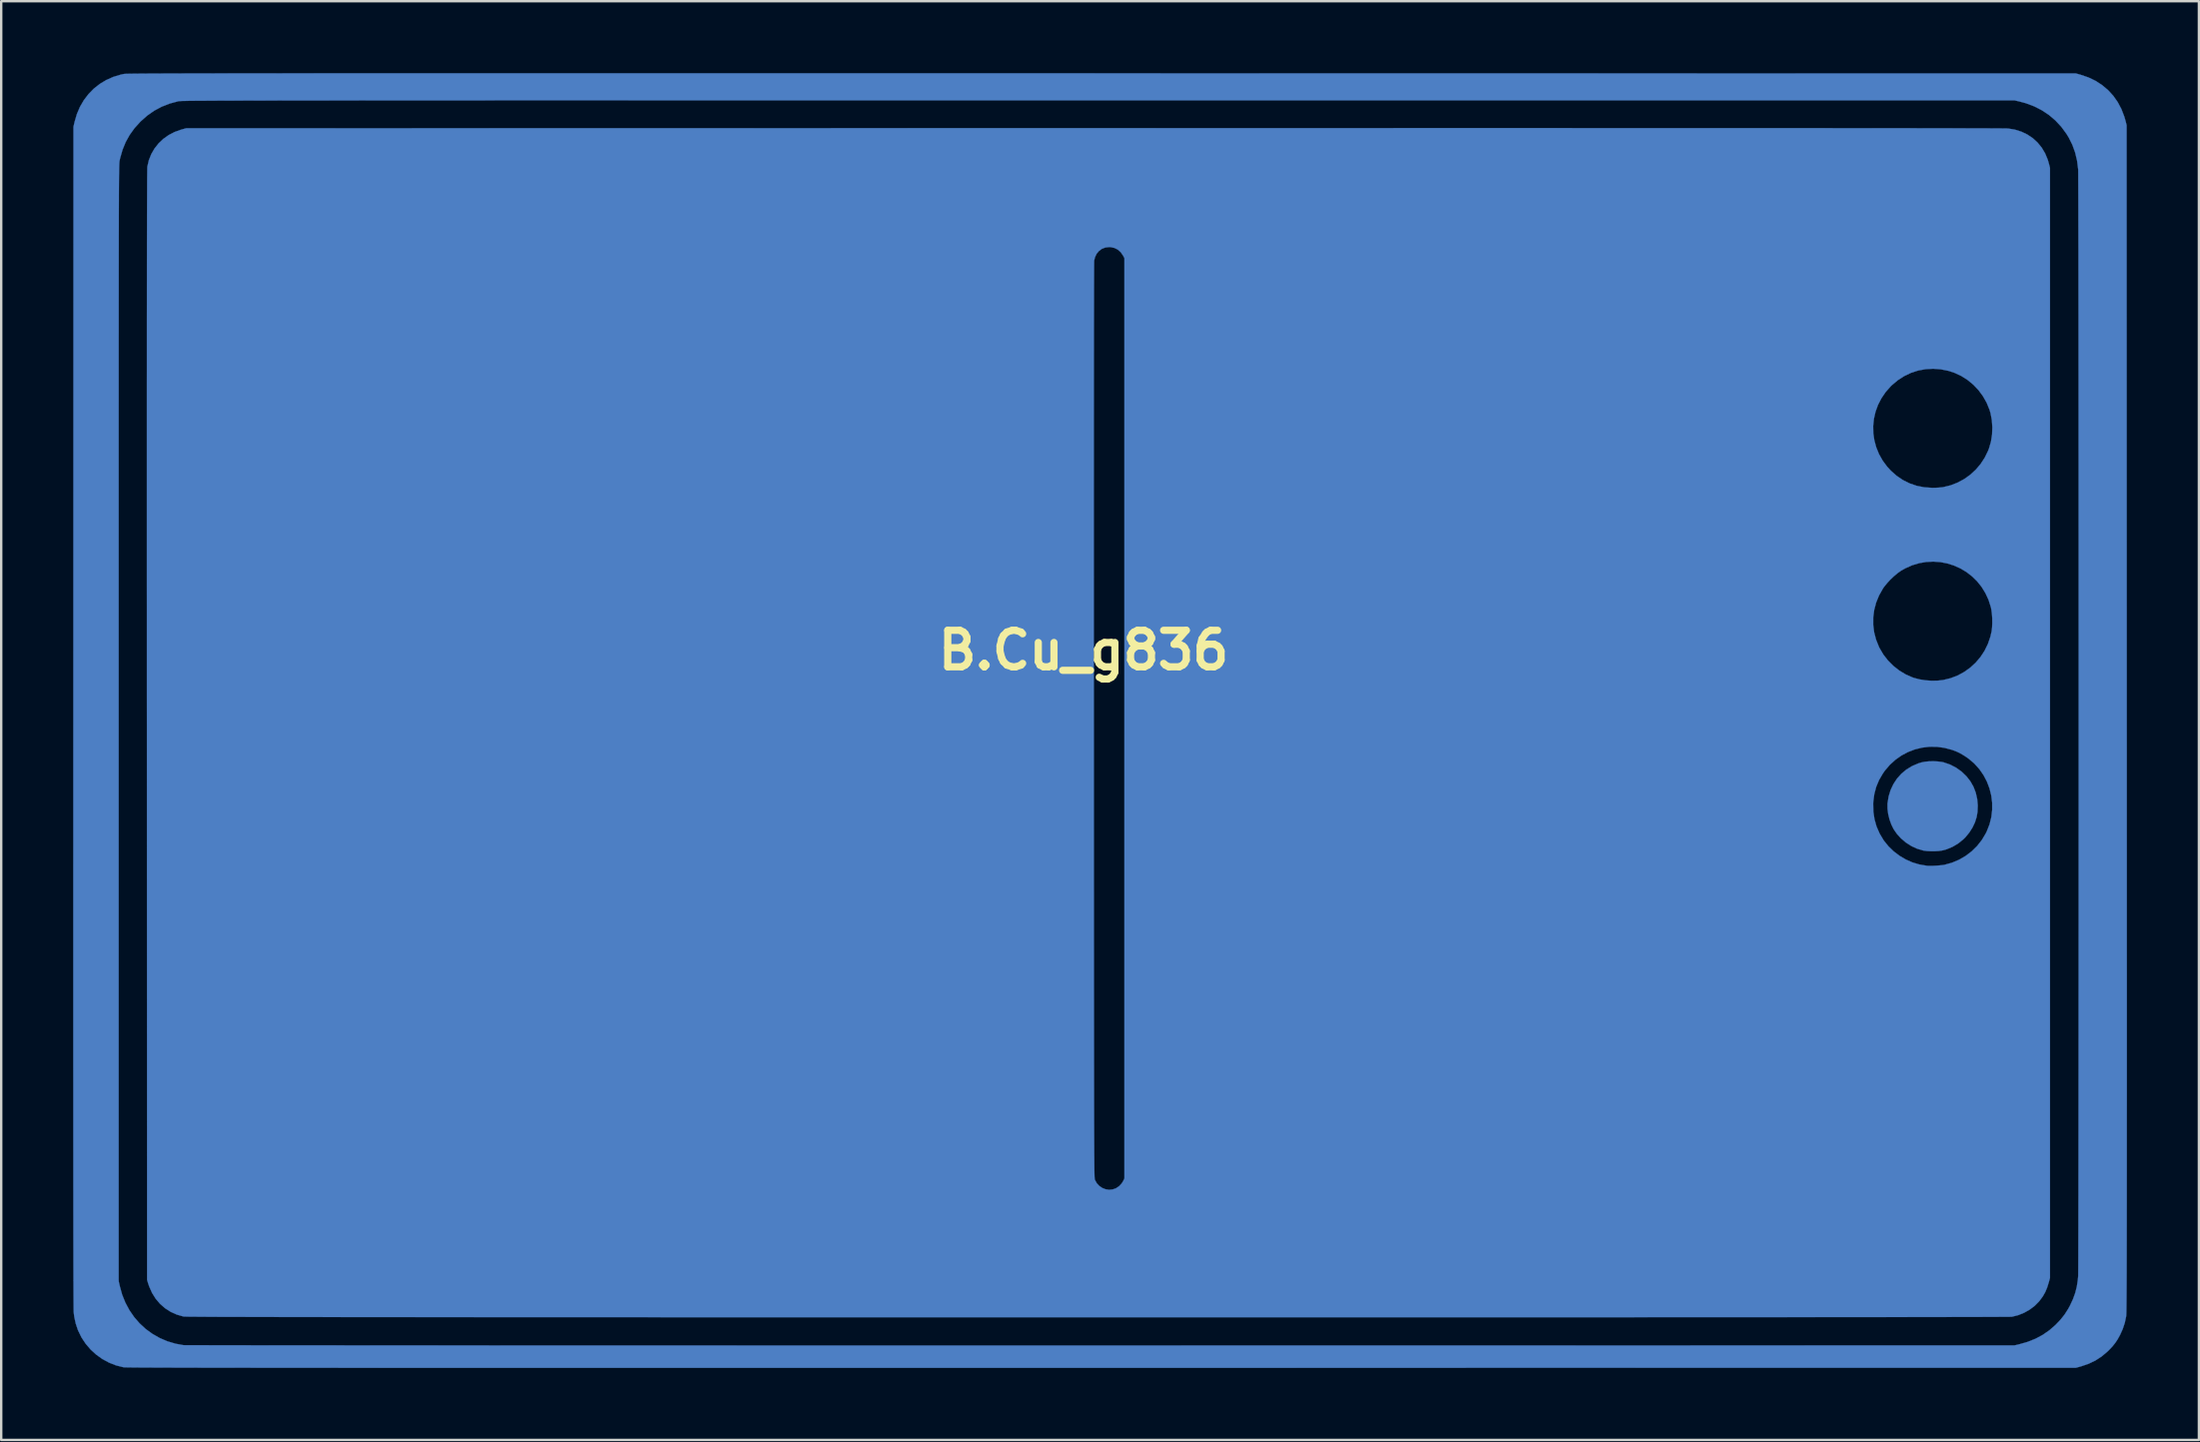
<source format=kicad_pcb>
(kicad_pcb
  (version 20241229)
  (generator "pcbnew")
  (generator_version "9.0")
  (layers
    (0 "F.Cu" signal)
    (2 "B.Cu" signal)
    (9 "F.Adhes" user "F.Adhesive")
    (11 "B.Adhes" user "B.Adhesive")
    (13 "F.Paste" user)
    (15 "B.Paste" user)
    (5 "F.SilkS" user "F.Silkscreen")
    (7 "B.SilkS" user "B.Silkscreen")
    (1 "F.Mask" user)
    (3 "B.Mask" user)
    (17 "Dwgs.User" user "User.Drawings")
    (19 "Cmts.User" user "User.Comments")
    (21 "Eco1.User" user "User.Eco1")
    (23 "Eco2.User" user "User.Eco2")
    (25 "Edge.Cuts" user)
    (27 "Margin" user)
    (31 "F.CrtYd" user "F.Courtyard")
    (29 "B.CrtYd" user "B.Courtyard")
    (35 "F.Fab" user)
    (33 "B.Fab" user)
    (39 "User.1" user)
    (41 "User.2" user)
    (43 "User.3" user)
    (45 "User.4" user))
  (footprint "B.Cu_g836"
    (layer "F.Cu")
    (at 42.124 24.068)
    (property "Reference" "B.Cu_g836" (at 0 0 0) (layer "F.SilkS") (effects (font (size 1.524 1.524) (thickness 0.3))))
    (attr through_hole)
    (fp_poly (pts (xy 35.623 4.636) (xy 35.787 4.657) (xy 35.867 4.675) (xy 36.131 4.767) (xy 36.379 4.896) (xy 36.607 5.059) (xy 36.809 5.254) (xy 36.971 5.461) (xy 37.1 5.687) (xy 37.195 5.934) (xy 37.255 6.197) (xy 37.28 6.467) (xy 37.269 6.74) (xy 37.233 6.952) (xy 37.164 7.172) (xy 37.059 7.392) (xy 36.925 7.603) (xy 36.767 7.795) (xy 36.685 7.877) (xy 36.469 8.052) (xy 36.233 8.193) (xy 35.984 8.297) (xy 35.788 8.349) (xy 35.654 8.368) (xy 35.494 8.378) (xy 35.326 8.378) (xy 35.164 8.37) (xy 35.025 8.352) (xy 34.999 8.347) (xy 34.752 8.274) (xy 34.513 8.163) (xy 34.287 8.019) (xy 34.082 7.846) (xy 33.904 7.65) (xy 33.773 7.459) (xy 33.677 7.265) (xy 33.6 7.051) (xy 33.546 6.828) (xy 33.517 6.608) (xy 33.516 6.403) (xy 33.518 6.382) (xy 33.564 6.095) (xy 33.647 5.825) (xy 33.765 5.576) (xy 33.915 5.348) (xy 34.096 5.146) (xy 34.305 4.972) (xy 34.54 4.828) (xy 34.798 4.717) (xy 34.936 4.675) (xy 35.083 4.646) (xy 35.256 4.63) (xy 35.441 4.627) (xy 35.623 4.636)) (stroke (width 0.01) (type solid)) (fill yes) (layer "B.Cu"))
    (fp_poly (pts (xy 18.057 -21.778) (xy 19.263 -21.778) (xy 20.43 -21.777) (xy 21.557 -21.777) (xy 22.646 -21.777) (xy 23.697 -21.777) (xy 24.709 -21.777) (xy 25.684 -21.777) (xy 26.62 -21.776) (xy 27.519 -21.776) (xy 28.381 -21.776) (xy 29.206 -21.776) (xy 29.994 -21.775) (xy 30.746 -21.775) (xy 31.462 -21.774) (xy 32.141 -21.774) (xy 32.785 -21.774) (xy 33.393 -21.773) (xy 33.966 -21.773) (xy 34.503 -21.772) (xy 35.006 -21.771) (xy 35.475 -21.771) (xy 35.909 -21.77) (xy 36.309 -21.769) (xy 36.675 -21.769) (xy 37.008 -21.768) (xy 37.307 -21.767) (xy 37.574 -21.767) (xy 37.807 -21.766) (xy 38.008 -21.765) (xy 38.176 -21.764) (xy 38.312 -21.763) (xy 38.417 -21.762) (xy 38.489 -21.761) (xy 38.531 -21.76) (xy 38.539 -21.76) (xy 38.828 -21.713) (xy 39.098 -21.628) (xy 39.347 -21.509) (xy 39.574 -21.357) (xy 39.774 -21.173) (xy 39.947 -20.961) (xy 40.089 -20.722) (xy 40.199 -20.457) (xy 40.243 -20.305) (xy 40.291 -20.119) (xy 40.291 26.173) (xy 40.244 26.346) (xy 40.175 26.569) (xy 40.094 26.764) (xy 39.993 26.941) (xy 39.866 27.114) (xy 39.833 27.155) (xy 39.656 27.334) (xy 39.448 27.492) (xy 39.217 27.623) (xy 38.969 27.724) (xy 38.713 27.789) (xy 38.705 27.791) (xy 38.683 27.792) (xy 38.628 27.793) (xy 38.54 27.794) (xy 38.419 27.795) (xy 38.264 27.795) (xy 38.076 27.796) (xy 37.854 27.797) (xy 37.598 27.798) (xy 37.308 27.799) (xy 36.983 27.8) (xy 36.624 27.8) (xy 36.23 27.801) (xy 35.8 27.802) (xy 35.335 27.802) (xy 34.835 27.803) (xy 34.299 27.804) (xy 33.727 27.804) (xy 33.118 27.805) (xy 32.474 27.805) (xy 31.792 27.806) (xy 31.074 27.806) (xy 30.319 27.807) (xy 29.527 27.807) (xy 28.697 27.808) (xy 27.829 27.808) (xy 26.924 27.808) (xy 25.981 27.809) (xy 24.999 27.809) (xy 23.978 27.809) (xy 22.919 27.81) (xy 21.821 27.81) (xy 20.684 27.81) (xy 19.508 27.811) (xy 18.292 27.811) (xy 17.036 27.811) (xy 15.74 27.811) (xy 14.404 27.811) (xy 13.027 27.811) (xy 11.61 27.811) (xy 10.152 27.811) (xy 8.653 27.811) (xy 7.113 27.811) (xy 5.531 27.811) (xy 3.907 27.811) (xy 2.242 27.811) (xy 0.594 27.811) (xy -0.962 27.811) (xy -2.477 27.811) (xy -3.95 27.811) (xy -5.382 27.811) (xy -6.775 27.811) (xy -8.128 27.811) (xy -9.441 27.811) (xy -10.717 27.811) (xy -11.954 27.81) (xy -13.154 27.81) (xy -14.317 27.81) (xy -15.443 27.81) (xy -16.534 27.81) (xy -17.59 27.81) (xy -18.611 27.809) (xy -19.597 27.809) (xy -20.551 27.809) (xy -21.471 27.809) (xy -22.358 27.809) (xy -23.214 27.808) (xy -24.038 27.808) (xy -24.832 27.808) (xy -25.595 27.807) (xy -26.328 27.807) (xy -27.032 27.807) (xy -27.708 27.807) (xy -28.355 27.806) (xy -28.975 27.806) (xy -29.567 27.805) (xy -30.134 27.805) (xy -30.674 27.805) (xy -31.189 27.804) (xy -31.679 27.804) (xy -32.144 27.803) (xy -32.586 27.803) (xy -33.005 27.802) (xy -33.401 27.802) (xy -33.775 27.801) (xy -34.127 27.8) (xy -34.458 27.8) (xy -34.769 27.799) (xy -35.06 27.798) (xy -35.331 27.798) (xy -35.584 27.797) (xy -35.818 27.796) (xy -36.035 27.796) (xy -36.234 27.795) (xy -36.417 27.794) (xy -36.583 27.793) (xy -36.734 27.792) (xy -36.87 27.791) (xy -36.992 27.79) (xy -37.099 27.79) (xy -37.193 27.789) (xy -37.275 27.788) (xy -37.344 27.787) (xy -37.401 27.785) (xy -37.447 27.784) (xy -37.482 27.783) (xy -37.508 27.782) (xy -37.523 27.781) (xy -37.529 27.78) (xy -37.807 27.7) (xy -38.063 27.584) (xy -38.296 27.434) (xy -38.503 27.252) (xy -38.683 27.04) (xy -38.834 26.798) (xy -38.954 26.529) (xy -38.994 26.412) (xy -39.042 26.257) (xy -39.048 3.122) (xy -39.049 1.848) (xy -39.049 0.616) (xy -39.049 -0.575) (xy -39.049 -1.725) (xy -39.05 -2.835) (xy -39.05 -3.905) (xy -39.05 -4.012) (xy 0.427 -4.012) (xy 0.427 -3.073) (xy 0.427 -2.103) (xy 0.427 -1.104) (xy 0.427 -0.074) (xy 0.428 0.984) (xy 0.428 2.072) (xy 0.428 2.932) (xy 0.429 4.012) (xy 0.429 5.051) (xy 0.429 6.049) (xy 0.429 7.007) (xy 0.43 7.926) (xy 0.43 8.807) (xy 0.43 9.65) (xy 0.431 10.457) (xy 0.431 11.228) (xy 0.431 11.964) (xy 0.432 12.666) (xy 0.432 13.334) (xy 0.432 13.97) (xy 0.433 14.574) (xy 0.433 15.147) (xy 0.434 15.691) (xy 0.434 16.205) (xy 0.435 16.69) (xy 0.435 17.148) (xy 0.436 17.579) (xy 0.436 17.984) (xy 0.437 18.363) (xy 0.437 18.719) (xy 0.438 19.051) (xy 0.439 19.36) (xy 0.439 19.647) (xy 0.44 19.913) (xy 0.441 20.158) (xy 0.442 20.385) (xy 0.443 20.592) (xy 0.444 20.782) (xy 0.444 20.954) (xy 0.446 21.111) (xy 0.447 21.252) (xy 0.448 21.378) (xy 0.449 21.491) (xy 0.45 21.59) (xy 0.451 21.678) (xy 0.453 21.754) (xy 0.454 21.82) (xy 0.456 21.876) (xy 0.457 21.923) (xy 0.459 21.962) (xy 0.461 21.994) (xy 0.462 22.019) (xy 0.464 22.039) (xy 0.466 22.054) (xy 0.468 22.065) (xy 0.47 22.072) (xy 0.471 22.075) (xy 0.548 22.217) (xy 0.653 22.332) (xy 0.778 22.419) (xy 0.917 22.474) (xy 1.066 22.496) (xy 1.216 22.481) (xy 1.346 22.436) (xy 1.479 22.349) (xy 1.589 22.231) (xy 1.653 22.128) (xy 1.704 22.024) (xy 1.704 6.395) (xy 32.92 6.395) (xy 32.927 6.726) (xy 32.974 7.044) (xy 33.061 7.35) (xy 33.189 7.642) (xy 33.356 7.922) (xy 33.375 7.948) (xy 33.561 8.177) (xy 33.777 8.385) (xy 34.018 8.568) (xy 34.277 8.721) (xy 34.549 8.842) (xy 34.827 8.926) (xy 34.957 8.951) (xy 35.039 8.964) (xy 35.112 8.976) (xy 35.158 8.984) (xy 35.221 8.989) (xy 35.315 8.99) (xy 35.43 8.987) (xy 35.554 8.98) (xy 35.677 8.971) (xy 35.788 8.96) (xy 35.875 8.948) (xy 35.895 8.944) (xy 36.207 8.857) (xy 36.502 8.732) (xy 36.777 8.572) (xy 37.029 8.38) (xy 37.254 8.158) (xy 37.451 7.908) (xy 37.615 7.633) (xy 37.655 7.552) (xy 37.77 7.26) (xy 37.845 6.959) (xy 37.881 6.655) (xy 37.88 6.351) (xy 37.842 6.05) (xy 37.769 5.757) (xy 37.661 5.474) (xy 37.52 5.206) (xy 37.346 4.955) (xy 37.141 4.727) (xy 36.905 4.525) (xy 36.784 4.439) (xy 36.639 4.348) (xy 36.511 4.276) (xy 36.384 4.217) (xy 36.244 4.164) (xy 36.2 4.149) (xy 35.889 4.067) (xy 35.576 4.025) (xy 35.264 4.022) (xy 34.958 4.059) (xy 34.659 4.132) (xy 34.372 4.242) (xy 34.099 4.387) (xy 33.845 4.566) (xy 33.613 4.777) (xy 33.406 5.02) (xy 33.324 5.137) (xy 33.164 5.412) (xy 33.045 5.698) (xy 32.966 5.998) (xy 32.924 6.314) (xy 32.92 6.395) (xy 1.704 6.395) (xy 1.704 -1.064) (xy 32.921 -1.064) (xy 32.96 -0.752) (xy 33.04 -0.445) (xy 33.16 -0.146) (xy 33.187 -0.091) (xy 33.346 0.179) (xy 33.539 0.427) (xy 33.762 0.65) (xy 34.009 0.844) (xy 34.277 1.006) (xy 34.562 1.131) (xy 34.624 1.152) (xy 34.853 1.212) (xy 35.105 1.252) (xy 35.366 1.27) (xy 35.621 1.264) (xy 35.838 1.239) (xy 36.146 1.164) (xy 36.438 1.052) (xy 36.712 0.904) (xy 36.963 0.725) (xy 37.19 0.517) (xy 37.391 0.281) (xy 37.562 0.022) (xy 37.7 -0.259) (xy 37.804 -0.559) (xy 37.857 -0.79) (xy 37.877 -0.954) (xy 37.885 -1.142) (xy 37.883 -1.34) (xy 37.869 -1.533) (xy 37.845 -1.708) (xy 37.827 -1.795) (xy 37.73 -2.101) (xy 37.599 -2.385) (xy 37.439 -2.644) (xy 37.252 -2.878) (xy 37.04 -3.085) (xy 36.807 -3.265) (xy 36.556 -3.415) (xy 36.29 -3.534) (xy 36.012 -3.622) (xy 35.725 -3.678) (xy 35.432 -3.699) (xy 35.135 -3.685) (xy 34.839 -3.634) (xy 34.545 -3.546) (xy 34.257 -3.418) (xy 34.087 -3.322) (xy 33.942 -3.22) (xy 33.788 -3.091) (xy 33.634 -2.945) (xy 33.493 -2.791) (xy 33.372 -2.641) (xy 33.325 -2.572) (xy 33.165 -2.288) (xy 33.044 -1.992) (xy 32.963 -1.687) (xy 32.922 -1.376) (xy 32.921 -1.064) (xy 1.704 -1.064) (xy 1.704 -9.355) (xy 32.919 -9.355) (xy 32.925 -9.056) (xy 32.968 -8.759) (xy 33.047 -8.467) (xy 33.162 -8.184) (xy 33.314 -7.913) (xy 33.503 -7.658) (xy 33.655 -7.492) (xy 33.9 -7.276) (xy 34.163 -7.098) (xy 34.443 -6.959) (xy 34.74 -6.858) (xy 35.052 -6.797) (xy 35.38 -6.775) (xy 35.383 -6.775) (xy 35.515 -6.777) (xy 35.649 -6.784) (xy 35.769 -6.795) (xy 35.839 -6.804) (xy 36.146 -6.879) (xy 36.438 -6.992) (xy 36.713 -7.14) (xy 36.967 -7.321) (xy 37.196 -7.532) (xy 37.399 -7.771) (xy 37.571 -8.035) (xy 37.711 -8.322) (xy 37.75 -8.424) (xy 37.83 -8.702) (xy 37.876 -8.997) (xy 37.888 -9.298) (xy 37.867 -9.598) (xy 37.813 -9.886) (xy 37.77 -10.032) (xy 37.65 -10.324) (xy 37.496 -10.597) (xy 37.31 -10.849) (xy 37.095 -11.075) (xy 36.855 -11.273) (xy 36.593 -11.439) (xy 36.313 -11.57) (xy 36.066 -11.652) (xy 35.743 -11.717) (xy 35.423 -11.741) (xy 35.108 -11.724) (xy 34.8 -11.668) (xy 34.502 -11.572) (xy 34.218 -11.437) (xy 33.95 -11.265) (xy 33.701 -11.056) (xy 33.652 -11.009) (xy 33.439 -10.767) (xy 33.262 -10.507) (xy 33.121 -10.233) (xy 33.017 -9.947) (xy 32.95 -9.653) (xy 32.919 -9.355) (xy 1.704 -9.355) (xy 1.704 -16.351) (xy 1.648 -16.457) (xy 1.55 -16.599) (xy 1.43 -16.707) (xy 1.289 -16.778) (xy 1.13 -16.812) (xy 1.068 -16.815) (xy 0.907 -16.796) (xy 0.763 -16.741) (xy 0.642 -16.652) (xy 0.544 -16.533) (xy 0.475 -16.386) (xy 0.442 -16.249) (xy 0.441 -16.221) (xy 0.44 -16.15) (xy 0.439 -16.038) (xy 0.438 -15.885) (xy 0.437 -15.691) (xy 0.436 -15.457) (xy 0.435 -15.184) (xy 0.434 -14.872) (xy 0.434 -14.521) (xy 0.433 -14.131) (xy 0.432 -13.704) (xy 0.431 -13.24) (xy 0.431 -12.738) (xy 0.43 -12.201) (xy 0.43 -11.627) (xy 0.429 -11.018) (xy 0.429 -10.374) (xy 0.428 -9.695) (xy 0.428 -8.982) (xy 0.428 -8.235) (xy 0.428 -7.455) (xy 0.427 -6.642) (xy 0.427 -5.797) (xy 0.427 -4.921) (xy 0.427 -4.012) (xy -39.05 -4.012) (xy -39.05 -4.935) (xy -39.05 -5.927) (xy -39.05 -6.88) (xy -39.05 -7.796) (xy -39.05 -8.674) (xy -39.05 -9.516) (xy -39.05 -10.321) (xy -39.05 -11.09) (xy -39.049 -11.824) (xy -39.049 -12.523) (xy -39.049 -13.188) (xy -39.049 -13.819) (xy -39.048 -14.417) (xy -39.048 -14.982) (xy -39.047 -15.515) (xy -39.047 -16.016) (xy -39.046 -16.486) (xy -39.046 -16.925) (xy -39.045 -17.333) (xy -39.044 -17.712) (xy -39.044 -18.062) (xy -39.043 -18.382) (xy -39.042 -18.675) (xy -39.041 -18.94) (xy -39.04 -19.177) (xy -39.04 -19.388) (xy -39.039 -19.572) (xy -39.038 -19.731) (xy -39.036 -19.864) (xy -39.035 -19.973) (xy -39.034 -20.057) (xy -39.033 -20.118) (xy -39.032 -20.155) (xy -39.031 -20.168) (xy -38.968 -20.437) (xy -38.868 -20.69) (xy -38.733 -20.924) (xy -38.566 -21.136) (xy -38.369 -21.324) (xy -38.145 -21.484) (xy -37.896 -21.614) (xy -37.626 -21.711) (xy -37.615 -21.714) (xy -37.412 -21.77) (xy 0.445 -21.776) (xy 2.139 -21.776) (xy 3.792 -21.777) (xy 5.403 -21.777) (xy 6.972 -21.777) (xy 8.5 -21.777) (xy 9.987 -21.777) (xy 11.433 -21.777) (xy 12.838 -21.777) (xy 14.203 -21.778) (xy 15.527 -21.778) (xy 16.812 -21.778) (xy 18.057 -21.778)) (stroke (width 0.01) (type solid)) (fill yes) (layer "B.Cu"))
    (fp_poly (pts (xy -19.958 -24.063) (xy -18.929 -24.063) (xy -17.867 -24.063) (xy -16.77 -24.063) (xy -15.638 -24.063) (xy -14.469 -24.063) (xy -13.265 -24.063) (xy -12.024 -24.063) (xy -10.745 -24.063) (xy -9.428 -24.063) (xy -8.073 -24.062) (xy -6.679 -24.062) (xy -5.245 -24.062) (xy -3.77 -24.062) (xy -2.255 -24.062) (xy -0.699 -24.062) (xy 0.773 -24.061) (xy 41.37 -24.056) (xy 41.571 -24) (xy 41.895 -23.889) (xy 42.195 -23.745) (xy 42.468 -23.567) (xy 42.714 -23.359) (xy 42.931 -23.122) (xy 43.117 -22.857) (xy 43.271 -22.565) (xy 43.392 -22.248) (xy 43.441 -22.077) (xy 43.486 -21.897) (xy 43.492 2.836) (xy 43.493 4.08) (xy 43.493 5.282) (xy 43.493 6.443) (xy 43.493 7.564) (xy 43.494 8.646) (xy 43.494 9.688) (xy 43.494 10.693) (xy 43.494 11.659) (xy 43.494 12.59) (xy 43.495 13.484) (xy 43.495 14.343) (xy 43.495 15.167) (xy 43.495 15.957) (xy 43.495 16.714) (xy 43.495 17.439) (xy 43.495 18.132) (xy 43.495 18.793) (xy 43.494 19.424) (xy 43.494 20.026) (xy 43.494 20.598) (xy 43.494 21.142) (xy 43.494 21.659) (xy 43.493 22.148) (xy 43.493 22.611) (xy 43.493 23.049) (xy 43.492 23.462) (xy 43.492 23.851) (xy 43.491 24.216) (xy 43.491 24.559) (xy 43.49 24.879) (xy 43.49 25.178) (xy 43.489 25.457) (xy 43.488 25.716) (xy 43.488 25.955) (xy 43.487 26.176) (xy 43.486 26.379) (xy 43.485 26.565) (xy 43.484 26.734) (xy 43.483 26.888) (xy 43.482 27.027) (xy 43.481 27.151) (xy 43.48 27.262) (xy 43.479 27.36) (xy 43.478 27.446) (xy 43.477 27.52) (xy 43.476 27.583) (xy 43.474 27.636) (xy 43.473 27.68) (xy 43.471 27.714) (xy 43.47 27.741) (xy 43.468 27.761) (xy 43.467 27.773) (xy 43.41 28.045) (xy 43.323 28.306) (xy 43.21 28.554) (xy 43.111 28.733) (xy 43.007 28.889) (xy 42.889 29.036) (xy 42.747 29.185) (xy 42.686 29.244) (xy 42.443 29.449) (xy 42.182 29.618) (xy 41.897 29.754) (xy 41.586 29.86) (xy 41.578 29.862) (xy 41.37 29.919) (xy 0.751 29.922) (xy -0.863 29.923) (xy -2.435 29.923) (xy -3.966 29.923) (xy -5.457 29.923) (xy -6.907 29.923) (xy -8.317 29.923) (xy -9.689 29.923) (xy -11.021 29.923) (xy -12.315 29.923) (xy -13.572 29.923) (xy -14.792 29.923) (xy -15.975 29.923) (xy -17.122 29.923) (xy -18.233 29.923) (xy -19.31 29.923) (xy -20.352 29.923) (xy -21.36 29.923) (xy -22.334 29.923) (xy -23.276 29.923) (xy -24.185 29.923) (xy -25.062 29.923) (xy -25.908 29.922) (xy -26.723 29.922) (xy -27.508 29.922) (xy -28.263 29.922) (xy -28.988 29.922) (xy -29.685 29.921) (xy -30.354 29.921) (xy -30.995 29.921) (xy -31.608 29.92) (xy -32.195 29.92) (xy -32.756 29.92) (xy -33.292 29.919) (xy -33.802 29.919) (xy -34.288 29.919) (xy -34.749 29.918) (xy -35.187 29.918) (xy -35.602 29.917) (xy -35.995 29.917) (xy -36.365 29.916) (xy -36.715 29.916) (xy -37.043 29.915) (xy -37.351 29.914) (xy -37.639 29.914) (xy -37.907 29.913) (xy -38.157 29.912) (xy -38.388 29.912) (xy -38.602 29.911) (xy -38.798 29.91) (xy -38.978 29.909) (xy -39.141 29.909) (xy -39.289 29.908) (xy -39.422 29.907) (xy -39.54 29.906) (xy -39.643 29.905) (xy -39.733 29.904) (xy -39.81 29.903) (xy -39.875 29.902) (xy -39.927 29.901) (xy -39.968 29.9) (xy -39.998 29.899) (xy -40.018 29.898) (xy -40.026 29.897) (xy -40.335 29.82) (xy -40.63 29.704) (xy -40.908 29.553) (xy -41.165 29.37) (xy -41.398 29.156) (xy -41.603 28.916) (xy -41.778 28.651) (xy -41.917 28.366) (xy -41.929 28.338) (xy -42.016 28.077) (xy -42.076 27.804) (xy -42.1 27.612) (xy -42.102 27.586) (xy -42.103 27.533) (xy -42.104 27.454) (xy -42.105 27.347) (xy -42.106 27.212) (xy -42.107 27.049) (xy -42.108 26.857) (xy -42.109 26.636) (xy -42.11 26.386) (xy -42.111 26.106) (xy -42.112 25.795) (xy -42.113 25.454) (xy -42.113 25.082) (xy -42.114 24.678) (xy -42.115 24.242) (xy -42.115 23.774) (xy -42.116 23.273) (xy -42.116 22.739) (xy -42.117 22.171) (xy -42.117 21.569) (xy -42.117 20.933) (xy -42.118 20.262) (xy -42.118 19.556) (xy -42.118 18.814) (xy -42.118 18.037) (xy -42.119 17.222) (xy -42.119 16.371) (xy -42.119 15.483) (xy -42.119 14.556) (xy -42.119 13.592) (xy -42.119 12.589) (xy -42.119 11.548) (xy -42.119 10.467) (xy -42.119 9.346) (xy -42.118 8.185) (xy -42.118 6.983) (xy -42.118 5.74) (xy -42.118 4.456) (xy -42.117 3.131) (xy -42.117 2.773) (xy -42.117 2.675) (xy -40.227 2.675) (xy -40.227 26.3) (xy -40.179 26.515) (xy -40.081 26.87) (xy -39.946 27.204) (xy -39.779 27.516) (xy -39.58 27.805) (xy -39.353 28.067) (xy -39.099 28.301) (xy -38.82 28.504) (xy -38.519 28.676) (xy -38.198 28.814) (xy -37.858 28.915) (xy -37.529 28.975) (xy -37.503 28.976) (xy -37.436 28.977) (xy -37.327 28.977) (xy -37.179 28.978) (xy -36.99 28.978) (xy -36.763 28.979) (xy -36.497 28.979) (xy -36.194 28.98) (xy -35.854 28.98) (xy -35.478 28.981) (xy -35.066 28.981) (xy -34.619 28.982) (xy -34.137 28.982) (xy -33.622 28.983) (xy -33.074 28.983) (xy -32.494 28.984) (xy -31.883 28.984) (xy -31.24 28.984) (xy -30.567 28.985) (xy -29.865 28.985) (xy -29.133 28.986) (xy -28.374 28.986) (xy -27.586 28.986) (xy -26.772 28.987) (xy -25.932 28.987) (xy -25.066 28.987) (xy -24.175 28.988) (xy -23.26 28.988) (xy -22.322 28.988) (xy -21.36 28.988) (xy -20.377 28.989) (xy -19.372 28.989) (xy -18.346 28.989) (xy -17.3 28.989) (xy -16.234 28.989) (xy -15.15 28.989) (xy -14.047 28.99) (xy -12.927 28.99) (xy -11.79 28.99) (xy -10.637 28.99) (xy -9.468 28.99) (xy -8.284 28.99) (xy -7.087 28.99) (xy -5.876 28.99) (xy -4.652 28.99) (xy -3.416 28.99) (xy -2.168 28.99) (xy -0.91 28.99) (xy 0.358 28.99) (xy 0.709 28.99) (xy 38.809 28.986) (xy 39.005 28.94) (xy 39.361 28.838) (xy 39.689 28.707) (xy 39.991 28.545) (xy 40.271 28.35) (xy 40.521 28.131) (xy 40.726 27.917) (xy 40.899 27.699) (xy 41.049 27.465) (xy 41.124 27.327) (xy 41.248 27.061) (xy 41.342 26.802) (xy 41.409 26.537) (xy 41.452 26.253) (xy 41.466 26.099) (xy 41.467 26.065) (xy 41.468 25.989) (xy 41.469 25.873) (xy 41.47 25.718) (xy 41.471 25.524) (xy 41.472 25.294) (xy 41.472 25.028) (xy 41.473 24.727) (xy 41.474 24.392) (xy 41.475 24.024) (xy 41.475 23.624) (xy 41.476 23.194) (xy 41.477 22.734) (xy 41.477 22.246) (xy 41.478 21.73) (xy 41.479 21.188) (xy 41.479 20.62) (xy 41.48 20.028) (xy 41.48 19.413) (xy 41.481 18.776) (xy 41.481 18.117) (xy 41.482 17.439) (xy 41.482 16.741) (xy 41.483 16.025) (xy 41.483 15.293) (xy 41.483 14.544) (xy 41.484 13.781) (xy 41.484 13.004) (xy 41.484 12.215) (xy 41.485 11.414) (xy 41.485 10.602) (xy 41.485 9.781) (xy 41.485 8.951) (xy 41.485 8.114) (xy 41.486 7.271) (xy 41.486 6.422) (xy 41.486 5.569) (xy 41.486 4.713) (xy 41.486 3.855) (xy 41.486 2.996) (xy 41.486 2.137) (xy 41.486 1.279) (xy 41.486 0.423) (xy 41.486 -0.43) (xy 41.485 -1.278) (xy 41.485 -2.121) (xy 41.485 -2.958) (xy 41.485 -3.787) (xy 41.485 -4.608) (xy 41.484 -5.419) (xy 41.484 -6.219) (xy 41.484 -7.008) (xy 41.484 -7.784) (xy 41.483 -8.547) (xy 41.483 -9.294) (xy 41.483 -10.026) (xy 41.482 -10.74) (xy 41.482 -11.437) (xy 41.481 -12.114) (xy 41.481 -12.772) (xy 41.48 -13.408) (xy 41.48 -14.022) (xy 41.479 -14.612) (xy 41.478 -15.179) (xy 41.478 -15.719) (xy 41.477 -16.234) (xy 41.477 -16.72) (xy 41.476 -17.178) (xy 41.475 -17.607) (xy 41.474 -18.005) (xy 41.474 -18.371) (xy 41.473 -18.704) (xy 41.472 -19.003) (xy 41.471 -19.267) (xy 41.47 -19.495) (xy 41.469 -19.686) (xy 41.469 -19.839) (xy 41.468 -19.953) (xy 41.467 -20.026) (xy 41.466 -20.058) (xy 41.42 -20.419) (xy 41.34 -20.757) (xy 41.225 -21.076) (xy 41.073 -21.381) (xy 40.978 -21.537) (xy 40.762 -21.831) (xy 40.518 -22.093) (xy 40.247 -22.324) (xy 39.95 -22.521) (xy 39.628 -22.685) (xy 39.284 -22.814) (xy 39.01 -22.888) (xy 38.809 -22.934) (xy 0.624 -22.934) (xy -0.913 -22.934) (xy -2.408 -22.934) (xy -3.863 -22.934) (xy -5.277 -22.934) (xy -6.65 -22.934) (xy -7.985 -22.934) (xy -9.28 -22.934) (xy -10.537 -22.934) (xy -11.757 -22.934) (xy -12.939 -22.934) (xy -14.085 -22.934) (xy -15.194 -22.934) (xy -16.269 -22.934) (xy -17.308 -22.934) (xy -18.313 -22.934) (xy -19.285 -22.933) (xy -20.223 -22.933) (xy -21.129 -22.933) (xy -22.003 -22.933) (xy -22.846 -22.933) (xy -23.658 -22.933) (xy -24.439 -22.933) (xy -25.191 -22.932) (xy -25.914 -22.932) (xy -26.609 -22.932) (xy -27.275 -22.932) (xy -27.914 -22.932) (xy -28.527 -22.931) (xy -29.113 -22.931) (xy -29.674 -22.931) (xy -30.209 -22.93) (xy -30.72 -22.93) (xy -31.208 -22.93) (xy -31.672 -22.929) (xy -32.113 -22.929) (xy -32.532 -22.929) (xy -32.93 -22.928) (xy -33.307 -22.928) (xy -33.663 -22.927) (xy -33.999 -22.927) (xy -34.316 -22.926) (xy -34.615 -22.925) (xy -34.895 -22.925) (xy -35.158 -22.924) (xy -35.404 -22.924) (xy -35.634 -22.923) (xy -35.847 -22.922) (xy -36.046 -22.922) (xy -36.23 -22.921) (xy -36.4 -22.92) (xy -36.556 -22.919) (xy -36.699 -22.918) (xy -36.831 -22.917) (xy -36.95 -22.917) (xy -37.058 -22.916) (xy -37.156 -22.915) (xy -37.243 -22.914) (xy -37.322 -22.913) (xy -37.391 -22.911) (xy -37.452 -22.91) (xy -37.505 -22.909) (xy -37.551 -22.908) (xy -37.591 -22.907) (xy -37.625 -22.905) (xy -37.653 -22.904) (xy -37.676 -22.903) (xy -37.695 -22.901) (xy -37.711 -22.9) (xy -37.723 -22.899) (xy -37.733 -22.897) (xy -37.74 -22.896) (xy -38.097 -22.8) (xy -38.429 -22.67) (xy -38.739 -22.505) (xy -39.029 -22.303) (xy -39.3 -22.064) (xy -39.328 -22.036) (xy -39.567 -21.772) (xy -39.767 -21.493) (xy -39.932 -21.197) (xy -40.063 -20.878) (xy -40.162 -20.534) (xy -40.189 -20.414) (xy -40.191 -20.404) (xy -40.193 -20.391) (xy -40.194 -20.376) (xy -40.196 -20.356) (xy -40.198 -20.333) (xy -40.2 -20.305) (xy -40.201 -20.271) (xy -40.203 -20.23) (xy -40.204 -20.182) (xy -40.206 -20.126) (xy -40.207 -20.062) (xy -40.208 -19.988) (xy -40.209 -19.904) (xy -40.211 -19.809) (xy -40.212 -19.702) (xy -40.213 -19.583) (xy -40.214 -19.45) (xy -40.215 -19.304) (xy -40.216 -19.143) (xy -40.217 -18.966) (xy -40.217 -18.774) (xy -40.218 -18.564) (xy -40.219 -18.337) (xy -40.22 -18.092) (xy -40.22 -17.827) (xy -40.221 -17.543) (xy -40.222 -17.238) (xy -40.222 -16.912) (xy -40.223 -16.563) (xy -40.223 -16.192) (xy -40.224 -15.797) (xy -40.224 -15.378) (xy -40.224 -14.934) (xy -40.225 -14.464) (xy -40.225 -13.968) (xy -40.225 -13.444) (xy -40.226 -12.892) (xy -40.226 -12.312) (xy -40.226 -11.702) (xy -40.226 -11.061) (xy -40.226 -10.39) (xy -40.227 -9.687) (xy -40.227 -8.952) (xy -40.227 -8.183) (xy -40.227 -7.381) (xy -40.227 -6.543) (xy -40.227 -5.671) (xy -40.227 -4.762) (xy -40.227 -3.816) (xy -40.227 -2.833) (xy -40.227 -1.811) (xy -40.227 -0.75) (xy -40.227 0.351) (xy -40.227 1.492) (xy -40.227 2.675) (xy -42.117 2.675) (xy -42.111 -21.833) (xy -42.062 -22.045) (xy -41.967 -22.367) (xy -41.838 -22.668) (xy -41.675 -22.946) (xy -41.482 -23.198) (xy -41.261 -23.424) (xy -41.013 -23.619) (xy -40.741 -23.783) (xy -40.448 -23.913) (xy -40.135 -24.007) (xy -40.005 -24.034) (xy -39.995 -24.035) (xy -39.98 -24.037) (xy -39.958 -24.038) (xy -39.93 -24.039) (xy -39.895 -24.04) (xy -39.852 -24.041) (xy -39.8 -24.042) (xy -39.74 -24.043) (xy -39.67 -24.044) (xy -39.59 -24.045) (xy -39.5 -24.046) (xy -39.398 -24.047) (xy -39.285 -24.048) (xy -39.16 -24.049) (xy -39.022 -24.05) (xy -38.871 -24.051) (xy -38.706 -24.051) (xy -38.527 -24.052) (xy -38.333 -24.053) (xy -38.123 -24.054) (xy -37.897 -24.054) (xy -37.655 -24.055) (xy -37.395 -24.056) (xy -37.118 -24.056) (xy -36.823 -24.057) (xy -36.509 -24.057) (xy -36.175 -24.058) (xy -35.822 -24.058) (xy -35.448 -24.059) (xy -35.054 -24.059) (xy -34.638 -24.06) (xy -34.199 -24.06) (xy -33.739 -24.06) (xy -33.255 -24.061) (xy -32.747 -24.061) (xy -32.215 -24.061) (xy -31.658 -24.062) (xy -31.076 -24.062) (xy -30.468 -24.062) (xy -29.834 -24.062) (xy -29.172 -24.062) (xy -28.483 -24.063) (xy -27.766 -24.063) (xy -27.021 -24.063) (xy -26.246 -24.063) (xy -25.441 -24.063) (xy -24.606 -24.063) (xy -23.74 -24.063) (xy -22.843 -24.063) (xy -21.914 -24.063) (xy -20.952 -24.063) (xy -19.958 -24.063)) (stroke (width 0.01) (type solid)) (fill yes) (layer "B.Cu")))
  (gr_rect
    (start -3 -3)
    (end 88.624 56.997)
    (stroke (width 0.1) (type default))
    (fill no)
    (layer "Edge.Cuts")))
</source>
